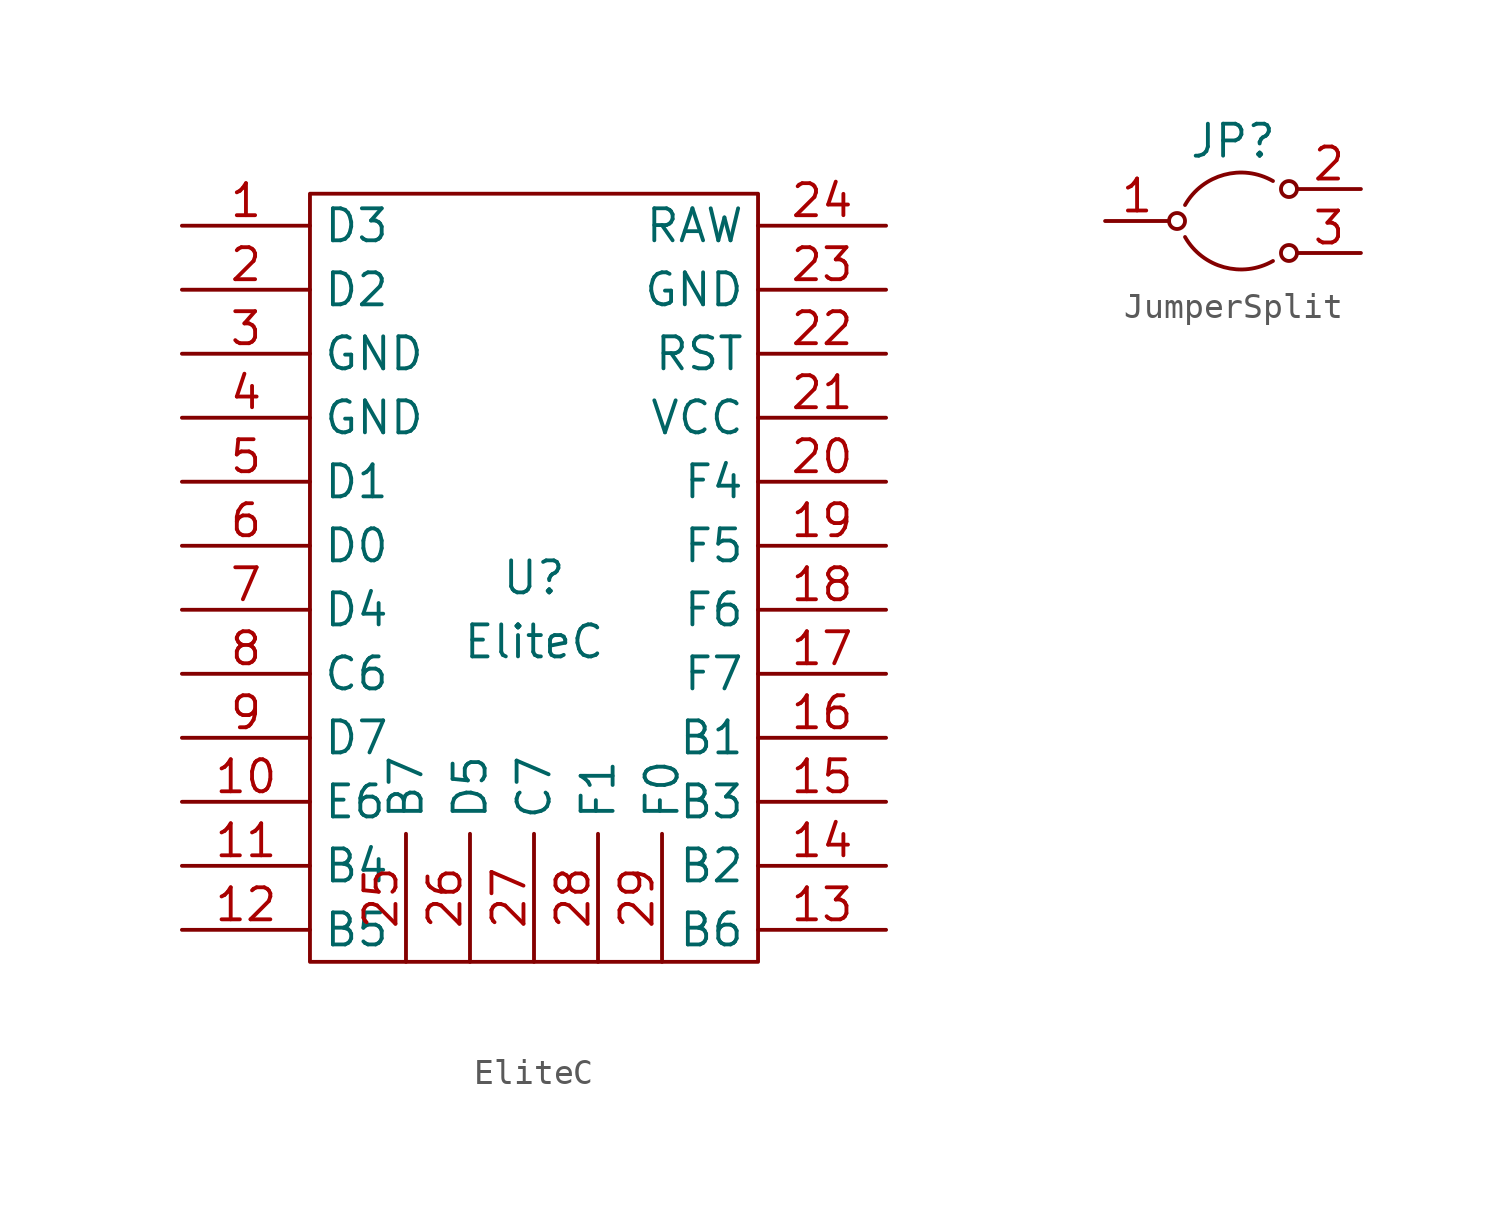
<source format=kicad_sym>
(kicad_symbol_lib
  (version 20220914)
  (generator kicad_symbol_editor)
  (symbol "EliteC"
    (property "Reference" "U"
      (at 0 0 0)
      (do_not_autoplace)
      (effects (font (size 1.27 1.27))))
    (property "Value" "EliteC"
      (at 0 -2.54 0)
      (do_not_autoplace)
      (effects (font (size 1.27 1.27))))
    (symbol "EliteC_0_1"
      (rectangle (start -8.89 15.24) (end 8.89 -15.24) (stroke (width 0) (type default)) (fill (type none))))
    (symbol "EliteC_1_1"
      (pin bidirectional line (at -13.97 13.97 0) (length 5.08) (name "D3" (effects (font (size 1.27 1.27)))) (number "1" (effects (font (size 1.27 1.27)))))
      (pin bidirectional line (at -13.97 -8.89 0) (length 5.08) (name "E6" (effects (font (size 1.27 1.27)))) (number "10" (effects (font (size 1.27 1.27)))))
      (pin bidirectional line (at -13.97 -11.43 0) (length 5.08) (name "B4" (effects (font (size 1.27 1.27)))) (number "11" (effects (font (size 1.27 1.27)))))
      (pin bidirectional line (at -13.97 -13.97 0) (length 5.08) (name "B5" (effects (font (size 1.27 1.27)))) (number "12" (effects (font (size 1.27 1.27)))))
      (pin bidirectional line (at 13.97 -13.97 180) (length 5.08) (name "B6" (effects (font (size 1.27 1.27)))) (number "13" (effects (font (size 1.27 1.27)))))
      (pin bidirectional line (at 13.97 -11.43 180) (length 5.08) (name "B2" (effects (font (size 1.27 1.27)))) (number "14" (effects (font (size 1.27 1.27)))))
      (pin bidirectional line (at 13.97 -8.89 180) (length 5.08) (name "B3" (effects (font (size 1.27 1.27)))) (number "15" (effects (font (size 1.27 1.27)))))
      (pin bidirectional line (at 13.97 -6.35 180) (length 5.08) (name "B1" (effects (font (size 1.27 1.27)))) (number "16" (effects (font (size 1.27 1.27)))))
      (pin bidirectional line (at 13.97 -3.81 180) (length 5.08) (name "F7" (effects (font (size 1.27 1.27)))) (number "17" (effects (font (size 1.27 1.27)))))
      (pin bidirectional line (at 13.97 -1.27 180) (length 5.08) (name "F6" (effects (font (size 1.27 1.27)))) (number "18" (effects (font (size 1.27 1.27)))))
      (pin bidirectional line (at 13.97 1.27 180) (length 5.08) (name "F5" (effects (font (size 1.27 1.27)))) (number "19" (effects (font (size 1.27 1.27)))))
      (pin bidirectional line (at -13.97 11.43 0) (length 5.08) (name "D2" (effects (font (size 1.27 1.27)))) (number "2" (effects (font (size 1.27 1.27)))))
      (pin bidirectional line (at 13.97 3.81 180) (length 5.08) (name "F4" (effects (font (size 1.27 1.27)))) (number "20" (effects (font (size 1.27 1.27)))))
      (pin power_out line (at 13.97 6.35 180) (length 5.08) (name "VCC" (effects (font (size 1.27 1.27)))) (number "21" (effects (font (size 1.27 1.27)))))
      (pin bidirectional line (at 13.97 8.89 180) (length 5.08) (name "RST" (effects (font (size 1.27 1.27)))) (number "22" (effects (font (size 1.27 1.27)))))
      (pin power_out line (at 13.97 11.43 180) (length 5.08) (name "GND" (effects (font (size 1.27 1.27)))) (number "23" (effects (font (size 1.27 1.27)))))
      (pin bidirectional line (at 13.97 13.97 180) (length 5.08) (name "RAW" (effects (font (size 1.27 1.27)))) (number "24" (effects (font (size 1.27 1.27)))))
      (pin bidirectional line (at -5.08 -15.24 90) (length 5.08) (name "B7" (effects (font (size 1.27 1.27)))) (number "25" (effects (font (size 1.27 1.27)))))
      (pin bidirectional line (at -2.54 -15.24 90) (length 5.08) (name "D5" (effects (font (size 1.27 1.27)))) (number "26" (effects (font (size 1.27 1.27)))))
      (pin bidirectional line (at 0 -15.24 90) (length 5.08) (name "C7" (effects (font (size 1.27 1.27)))) (number "27" (effects (font (size 1.27 1.27)))))
      (pin bidirectional line (at 2.54 -15.24 90) (length 5.08) (name "F1" (effects (font (size 1.27 1.27)))) (number "28" (effects (font (size 1.27 1.27)))))
      (pin bidirectional line (at 5.08 -15.24 90) (length 5.08) (name "F0" (effects (font (size 1.27 1.27)))) (number "29" (effects (font (size 1.27 1.27)))))
      (pin power_out line (at -13.97 8.89 0) (length 5.08) (name "GND" (effects (font (size 1.27 1.27)))) (number "3" (effects (font (size 1.27 1.27)))))
      (pin power_out line (at -13.97 6.35 0) (length 5.08) (name "GND" (effects (font (size 1.27 1.27)))) (number "4" (effects (font (size 1.27 1.27)))))
      (pin bidirectional line (at -13.97 3.81 0) (length 5.08) (name "D1" (effects (font (size 1.27 1.27)))) (number "5" (effects (font (size 1.27 1.27)))))
      (pin bidirectional line (at -13.97 1.27 0) (length 5.08) (name "D0" (effects (font (size 1.27 1.27)))) (number "6" (effects (font (size 1.27 1.27)))))
      (pin bidirectional line (at -13.97 -1.27 0) (length 5.08) (name "D4" (effects (font (size 1.27 1.27)))) (number "7" (effects (font (size 1.27 1.27)))))
      (pin bidirectional line (at -13.97 -3.81 0) (length 5.08) (name "C6" (effects (font (size 1.27 1.27)))) (number "8" (effects (font (size 1.27 1.27)))))
      (pin bidirectional line (at -13.97 -6.35 0) (length 5.08) (name "D7" (effects (font (size 1.27 1.27)))) (number "9" (effects (font (size 1.27 1.27)))))))
  (symbol "JumperSplit"
    (property "Reference" "JP"
      (at 0 3.175 0)
      (do_not_autoplace)
      (effects (font (size 1.27 1.27))))
    (symbol "JumperSplit_0_1"
      (circle (center -2.223 0) (radius 0.318) (stroke (width 0) (type default)) (fill (type none)))
      (arc (start -1.905 -0.635) (mid -0.356 -1.8346) (end 1.5875 -1.5875) (stroke (width 0) (type default)) (fill (type none)))
      (arc (start 1.5875 1.5875) (mid -0.356 1.8346) (end -1.905 0.635) (stroke (width 0) (type default)) (fill (type none)))
      (circle (center 2.223 -1.27) (radius 0.318) (stroke (width 0) (type default)) (fill (type none)))
      (circle (center 2.223 1.27) (radius 0.318) (stroke (width 0) (type default)) (fill (type none))))
    (symbol "JumperSplit_1_1"
      (pin passive line (at -5.08 0 0) (length 2.54) (name "" (effects (font (size 1.27 1.27)))) (number "1" (effects (font (size 1.27 1.27)))))
      (pin passive line (at 5.08 1.27 180) (length 2.54) (name "" (effects (font (size 1.27 1.27)))) (number "2" (effects (font (size 1.27 1.27)))))
      (pin passive line (at 5.08 -1.27 180) (length 2.54) (name "" (effects (font (size 1.27 1.27)))) (number "3" (effects (font (size 1.27 1.27))))))))
</source>
